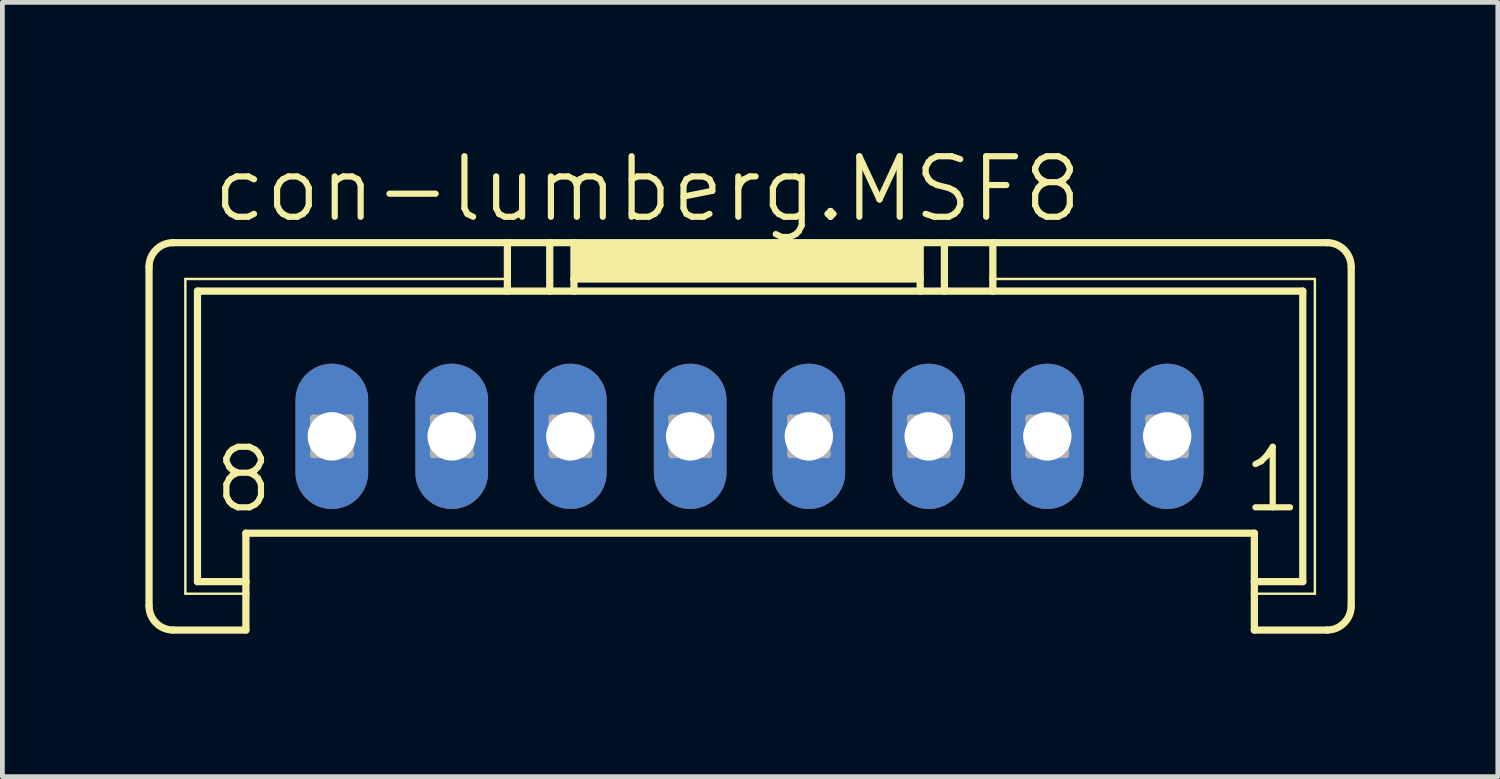
<source format=kicad_pcb>
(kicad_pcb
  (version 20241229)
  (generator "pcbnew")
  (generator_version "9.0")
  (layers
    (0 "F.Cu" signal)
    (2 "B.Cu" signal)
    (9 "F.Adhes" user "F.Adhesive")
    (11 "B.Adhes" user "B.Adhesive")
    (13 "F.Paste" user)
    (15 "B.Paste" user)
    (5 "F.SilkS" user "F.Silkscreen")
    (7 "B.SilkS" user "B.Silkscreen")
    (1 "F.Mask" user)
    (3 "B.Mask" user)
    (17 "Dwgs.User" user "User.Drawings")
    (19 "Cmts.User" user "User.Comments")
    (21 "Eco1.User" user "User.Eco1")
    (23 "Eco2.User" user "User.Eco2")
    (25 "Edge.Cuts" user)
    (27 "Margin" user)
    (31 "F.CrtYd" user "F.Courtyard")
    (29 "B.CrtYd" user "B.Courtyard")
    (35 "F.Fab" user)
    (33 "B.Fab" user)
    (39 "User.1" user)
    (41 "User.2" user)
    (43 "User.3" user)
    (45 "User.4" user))
  (footprint "con-lumberg.MSF8"
    (layer "F.Cu")
    (at 12.675 3.565)
    (property "Reference" "con-lumberg.MSF8" (at -11.328 -1.905 0) (layer "F.SilkS") (effects (font (size 1.27 1.27) (thickness 0.13)) (justify left bottom)))
    (attr through_hole)
    (fp_line (start -12.598 6.096) (end -12.598 -1.016) (stroke (width 0.152) (type default)) (layer "F.SilkS"))
    (fp_line (start -12.09 -1.524) (end -5.08 -1.524) (stroke (width 0.152) (type default)) (layer "F.SilkS"))
    (fp_line (start -11.836 -0.762) (end -5.08 -0.762) (stroke (width 0.051) (type default)) (layer "F.SilkS"))
    (fp_line (start -11.836 5.842) (end -11.836 -0.762) (stroke (width 0.051) (type default)) (layer "F.SilkS"))
    (fp_line (start -11.582 -0.508) (end -5.08 -0.508) (stroke (width 0.152) (type default)) (layer "F.SilkS"))
    (fp_line (start -11.582 5.588) (end -11.582 -0.508) (stroke (width 0.152) (type default)) (layer "F.SilkS"))
    (fp_line (start -10.566 5.588) (end -11.582 5.588) (stroke (width 0.152) (type default)) (layer "F.SilkS"))
    (fp_line (start -10.566 5.588) (end -10.566 4.572) (stroke (width 0.152) (type default)) (layer "F.SilkS"))
    (fp_line (start -10.566 5.588) (end -10.566 5.842) (stroke (width 0.152) (type default)) (layer "F.SilkS"))
    (fp_line (start -10.566 5.842) (end -11.836 5.842) (stroke (width 0.051) (type default)) (layer "F.SilkS"))
    (fp_line (start -10.566 5.842) (end -10.566 6.604) (stroke (width 0.152) (type default)) (layer "F.SilkS"))
    (fp_line (start -10.566 6.604) (end -12.09 6.604) (stroke (width 0.152) (type default)) (layer "F.SilkS"))
    (fp_line (start -5.08 -1.524) (end -5.08 -0.762) (stroke (width 0.152) (type default)) (layer "F.SilkS"))
    (fp_line (start -5.08 -1.524) (end -4.191 -1.524) (stroke (width 0.152) (type default)) (layer "F.SilkS"))
    (fp_line (start -5.08 -0.762) (end -5.08 -0.508) (stroke (width 0.152) (type default)) (layer "F.SilkS"))
    (fp_line (start -5.08 -0.508) (end -4.191 -0.508) (stroke (width 0.152) (type default)) (layer "F.SilkS"))
    (fp_line (start -4.191 -1.524) (end -4.191 -0.508) (stroke (width 0.152) (type default)) (layer "F.SilkS"))
    (fp_line (start -4.191 -1.524) (end -3.683 -1.524) (stroke (width 0.152) (type default)) (layer "F.SilkS"))
    (fp_line (start -4.191 -0.508) (end -3.683 -0.508) (stroke (width 0.152) (type default)) (layer "F.SilkS"))
    (fp_line (start -3.683 -1.524) (end -3.683 -0.762) (stroke (width 0.152) (type default)) (layer "F.SilkS"))
    (fp_line (start -3.683 -1.524) (end 3.581 -1.524) (stroke (width 0.152) (type default)) (layer "F.SilkS"))
    (fp_line (start -3.683 -0.762) (end -3.683 -0.508) (stroke (width 0.152) (type default)) (layer "F.SilkS"))
    (fp_line (start -3.683 -0.762) (end 3.581 -0.762) (stroke (width 0.152) (type default)) (layer "F.SilkS"))
    (fp_line (start -3.683 -0.508) (end 3.581 -0.508) (stroke (width 0.152) (type default)) (layer "F.SilkS"))
    (fp_line (start 3.581 -1.524) (end 3.581 -0.762) (stroke (width 0.152) (type default)) (layer "F.SilkS"))
    (fp_line (start 3.581 -1.524) (end 4.089 -1.524) (stroke (width 0.152) (type default)) (layer "F.SilkS"))
    (fp_line (start 3.581 -0.762) (end 3.581 -0.508) (stroke (width 0.152) (type default)) (layer "F.SilkS"))
    (fp_line (start 3.581 -0.508) (end 4.089 -0.508) (stroke (width 0.152) (type default)) (layer "F.SilkS"))
    (fp_line (start 4.089 -1.524) (end 4.089 -0.508) (stroke (width 0.152) (type default)) (layer "F.SilkS"))
    (fp_line (start 4.089 -1.524) (end 5.105 -1.524) (stroke (width 0.152) (type default)) (layer "F.SilkS"))
    (fp_line (start 4.089 -0.508) (end 5.105 -0.508) (stroke (width 0.152) (type default)) (layer "F.SilkS"))
    (fp_line (start 5.105 -1.524) (end 5.105 -0.762) (stroke (width 0.152) (type default)) (layer "F.SilkS"))
    (fp_line (start 5.105 -1.524) (end 12.116 -1.524) (stroke (width 0.152) (type default)) (layer "F.SilkS"))
    (fp_line (start 5.105 -0.762) (end 5.105 -0.508) (stroke (width 0.152) (type default)) (layer "F.SilkS"))
    (fp_line (start 5.105 -0.762) (end 11.862 -0.762) (stroke (width 0.051) (type default)) (layer "F.SilkS"))
    (fp_line (start 5.105 -0.508) (end 11.608 -0.508) (stroke (width 0.152) (type default)) (layer "F.SilkS"))
    (fp_line (start 10.592 4.572) (end -10.566 4.572) (stroke (width 0.152) (type default)) (layer "F.SilkS"))
    (fp_line (start 10.592 5.588) (end 10.592 4.572) (stroke (width 0.152) (type default)) (layer "F.SilkS"))
    (fp_line (start 10.592 5.842) (end 10.592 5.588) (stroke (width 0.152) (type default)) (layer "F.SilkS"))
    (fp_line (start 10.592 6.604) (end 10.592 5.842) (stroke (width 0.152) (type default)) (layer "F.SilkS"))
    (fp_line (start 11.608 -0.508) (end 11.608 5.588) (stroke (width 0.152) (type default)) (layer "F.SilkS"))
    (fp_line (start 11.608 5.588) (end 10.592 5.588) (stroke (width 0.152) (type default)) (layer "F.SilkS"))
    (fp_line (start 11.862 -0.762) (end 11.862 5.842) (stroke (width 0.051) (type default)) (layer "F.SilkS"))
    (fp_line (start 11.862 5.842) (end 10.592 5.842) (stroke (width 0.051) (type default)) (layer "F.SilkS"))
    (fp_line (start 12.116 6.604) (end 10.592 6.604) (stroke (width 0.152) (type default)) (layer "F.SilkS"))
    (fp_line (start 12.624 -1.016) (end 12.624 6.096) (stroke (width 0.152) (type default)) (layer "F.SilkS"))
    (fp_rect (start -3.607 -0.762) (end 3.505 -1.524) (stroke (width 0.05) (type default)) (fill yes) (layer "F.SilkS"))
    (fp_arc (start -12.5984 -1.016) (mid -12.44961 -1.37521) (end -12.0904 -1.524) (stroke (width 0.1524) (type default)) (layer "F.SilkS"))
    (fp_arc (start -12.0904 6.604) (mid -12.44961 6.45521) (end -12.5984 6.096) (stroke (width 0.1524) (type default)) (layer "F.SilkS"))
    (fp_arc (start 12.1158 -1.524) (mid 12.47501 -1.37521) (end 12.6238 -1.016) (stroke (width 0.1524) (type default)) (layer "F.SilkS"))
    (fp_arc (start 12.6238 6.096) (mid 12.47501 6.45521) (end 12.1158 6.604) (stroke (width 0.1524) (type default)) (layer "F.SilkS"))
    (fp_line (start -9.144 2.159) (end -9.144 2.921) (stroke (width 0.152) (type default)) (layer "F.Fab"))
    (fp_line (start -9.144 2.159) (end -8.382 2.921) (stroke (width 0.152) (type default)) (layer "F.Fab"))
    (fp_line (start -9.144 2.921) (end -8.382 2.921) (stroke (width 0.152) (type default)) (layer "F.Fab"))
    (fp_line (start -8.382 2.159) (end -9.144 2.159) (stroke (width 0.152) (type default)) (layer "F.Fab"))
    (fp_line (start -8.382 2.159) (end -9.144 2.921) (stroke (width 0.152) (type default)) (layer "F.Fab"))
    (fp_line (start -8.382 2.921) (end -8.382 2.159) (stroke (width 0.152) (type default)) (layer "F.Fab"))
    (fp_line (start -6.629 2.159) (end -6.629 2.921) (stroke (width 0.152) (type default)) (layer "F.Fab"))
    (fp_line (start -6.629 2.159) (end -5.867 2.921) (stroke (width 0.152) (type default)) (layer "F.Fab"))
    (fp_line (start -6.629 2.921) (end -5.867 2.921) (stroke (width 0.152) (type default)) (layer "F.Fab"))
    (fp_line (start -5.867 2.159) (end -6.629 2.159) (stroke (width 0.152) (type default)) (layer "F.Fab"))
    (fp_line (start -5.867 2.159) (end -6.629 2.921) (stroke (width 0.152) (type default)) (layer "F.Fab"))
    (fp_line (start -5.867 2.921) (end -5.867 2.159) (stroke (width 0.152) (type default)) (layer "F.Fab"))
    (fp_line (start -4.14 2.159) (end -4.14 2.921) (stroke (width 0.152) (type default)) (layer "F.Fab"))
    (fp_line (start -4.14 2.159) (end -3.378 2.921) (stroke (width 0.152) (type default)) (layer "F.Fab"))
    (fp_line (start -4.14 2.921) (end -3.378 2.921) (stroke (width 0.152) (type default)) (layer "F.Fab"))
    (fp_line (start -3.378 2.159) (end -4.14 2.159) (stroke (width 0.152) (type default)) (layer "F.Fab"))
    (fp_line (start -3.378 2.159) (end -4.14 2.921) (stroke (width 0.152) (type default)) (layer "F.Fab"))
    (fp_line (start -3.378 2.921) (end -3.378 2.159) (stroke (width 0.152) (type default)) (layer "F.Fab"))
    (fp_line (start -1.626 2.159) (end -1.626 2.921) (stroke (width 0.152) (type default)) (layer "F.Fab"))
    (fp_line (start -1.626 2.159) (end -0.864 2.921) (stroke (width 0.152) (type default)) (layer "F.Fab"))
    (fp_line (start -1.626 2.921) (end -0.864 2.921) (stroke (width 0.152) (type default)) (layer "F.Fab"))
    (fp_line (start -0.864 2.159) (end -1.626 2.159) (stroke (width 0.152) (type default)) (layer "F.Fab"))
    (fp_line (start -0.864 2.159) (end -1.626 2.921) (stroke (width 0.152) (type default)) (layer "F.Fab"))
    (fp_line (start -0.864 2.921) (end -0.864 2.159) (stroke (width 0.152) (type default)) (layer "F.Fab"))
    (fp_line (start 0.864 2.159) (end 0.864 2.921) (stroke (width 0.152) (type default)) (layer "F.Fab"))
    (fp_line (start 0.864 2.159) (end 1.626 2.921) (stroke (width 0.152) (type default)) (layer "F.Fab"))
    (fp_line (start 0.864 2.921) (end 1.626 2.921) (stroke (width 0.152) (type default)) (layer "F.Fab"))
    (fp_line (start 1.626 2.159) (end 0.864 2.159) (stroke (width 0.152) (type default)) (layer "F.Fab"))
    (fp_line (start 1.626 2.159) (end 0.864 2.921) (stroke (width 0.152) (type default)) (layer "F.Fab"))
    (fp_line (start 1.626 2.921) (end 1.626 2.159) (stroke (width 0.152) (type default)) (layer "F.Fab"))
    (fp_line (start 3.378 2.159) (end 3.378 2.921) (stroke (width 0.152) (type default)) (layer "F.Fab"))
    (fp_line (start 3.378 2.159) (end 4.14 2.921) (stroke (width 0.152) (type default)) (layer "F.Fab"))
    (fp_line (start 3.378 2.921) (end 4.14 2.921) (stroke (width 0.152) (type default)) (layer "F.Fab"))
    (fp_line (start 4.14 2.159) (end 3.378 2.159) (stroke (width 0.152) (type default)) (layer "F.Fab"))
    (fp_line (start 4.14 2.159) (end 3.378 2.921) (stroke (width 0.152) (type default)) (layer "F.Fab"))
    (fp_line (start 4.14 2.921) (end 4.14 2.159) (stroke (width 0.152) (type default)) (layer "F.Fab"))
    (fp_line (start 5.867 2.159) (end 5.867 2.921) (stroke (width 0.152) (type default)) (layer "F.Fab"))
    (fp_line (start 5.867 2.159) (end 6.629 2.921) (stroke (width 0.152) (type default)) (layer "F.Fab"))
    (fp_line (start 5.867 2.921) (end 6.629 2.921) (stroke (width 0.152) (type default)) (layer "F.Fab"))
    (fp_line (start 6.629 2.159) (end 5.867 2.159) (stroke (width 0.152) (type default)) (layer "F.Fab"))
    (fp_line (start 6.629 2.159) (end 5.867 2.921) (stroke (width 0.152) (type default)) (layer "F.Fab"))
    (fp_line (start 6.629 2.921) (end 6.629 2.159) (stroke (width 0.152) (type default)) (layer "F.Fab"))
    (fp_line (start 8.382 2.159) (end 8.382 2.921) (stroke (width 0.152) (type default)) (layer "F.Fab"))
    (fp_line (start 8.382 2.159) (end 9.144 2.921) (stroke (width 0.152) (type default)) (layer "F.Fab"))
    (fp_line (start 8.382 2.921) (end 9.144 2.921) (stroke (width 0.152) (type default)) (layer "F.Fab"))
    (fp_line (start 9.144 2.159) (end 8.382 2.159) (stroke (width 0.152) (type default)) (layer "F.Fab"))
    (fp_line (start 9.144 2.159) (end 8.382 2.921) (stroke (width 0.152) (type default)) (layer "F.Fab"))
    (fp_line (start 9.144 2.921) (end 9.144 2.159) (stroke (width 0.152) (type default)) (layer "F.Fab"))
    (fp_text user "1" (at 10.287 4.191 0) (layer "F.SilkS") (effects (font (size 1.27 1.27) (thickness 0.13)) (justify left bottom)))
    (fp_text user "8" (at -11.303 4.191 0) (layer "F.SilkS") (effects (font (size 1.27 1.27) (thickness 0.13)) (justify left bottom)))
    (pad "1" thru_hole oval (at 8.763 2.54 90) (size 3.048 1.524) (drill 1.016) (layers "*.Cu" "*.Mask"))
    (pad "2" thru_hole oval (at 6.248 2.54 90) (size 3.048 1.524) (drill 1.016) (layers "*.Cu" "*.Mask"))
    (pad "3" thru_hole oval (at 3.759 2.54 90) (size 3.048 1.524) (drill 1.016) (layers "*.Cu" "*.Mask"))
    (pad "4" thru_hole oval (at 1.245 2.54 90) (size 3.048 1.524) (drill 1.016) (layers "*.Cu" "*.Mask"))
    (pad "5" thru_hole oval (at -1.245 2.54 90) (size 3.048 1.524) (drill 1.016) (layers "*.Cu" "*.Mask"))
    (pad "6" thru_hole oval (at -3.759 2.54 90) (size 3.048 1.524) (drill 1.016) (layers "*.Cu" "*.Mask"))
    (pad "7" thru_hole oval (at -6.248 2.54 90) (size 3.048 1.524) (drill 1.016) (layers "*.Cu" "*.Mask"))
    (pad "8" thru_hole oval (at -8.763 2.54 90) (size 3.048 1.524) (drill 1.016) (layers "*.Cu" "*.Mask")))
  (gr_rect
    (start -3 -3)
    (end 28.375 13.245)
    (stroke (width 0.1) (type default))
    (fill no)
    (layer "Edge.Cuts")))
</source>
